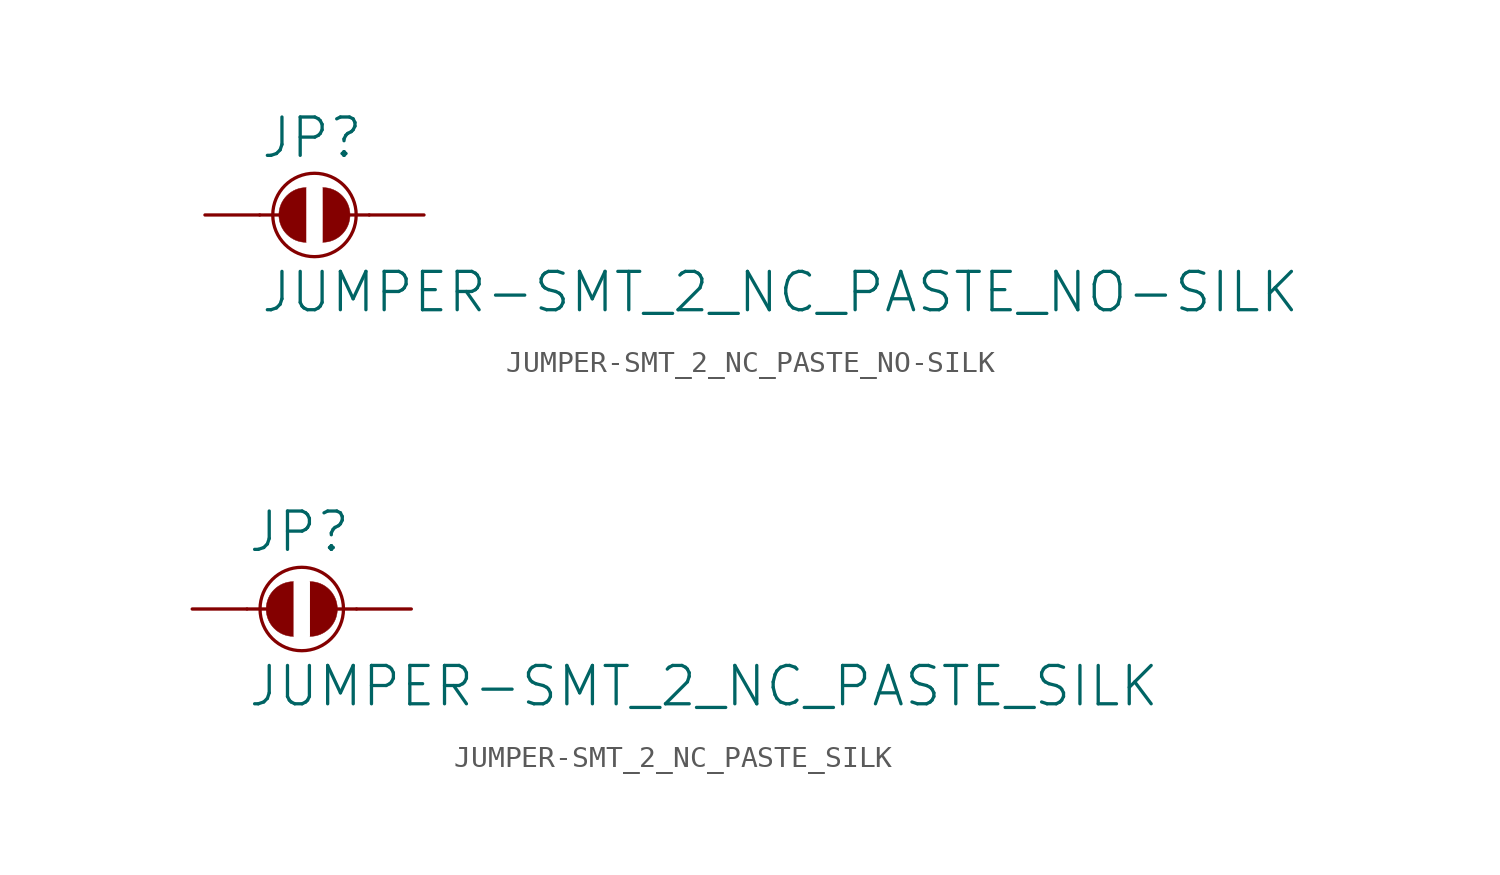
<source format=kicad_sym>
(kicad_symbol_lib
  (version 20211014)
  (generator kicad_symbol_editor)
  (symbol "JUMPER-SMT_2_NC_PASTE_NO-SILK"
    (property "Reference" "JP"
      (at -2.54 2.54 0)
      (effects (font (size 1.778 1.778)) (justify left bottom)))
    (property "Value" "JUMPER-SMT_2_NC_PASTE_NO-SILK"
      (at -2.54 -2.54 0)
      (effects (font (size 1.778 1.778)) (justify left top)))
    (property "ki_locked" ""
      (at 0 0 0)
      (effects (font (size 1.27 1.27))))
    (symbol "JUMPER-SMT_2_NC_PASTE_NO-SILK_1_0"
      (arc (start -0.381 1.2699) (mid -1.6508 0) (end -0.381 -1.2699) (stroke (width 0.0001) (type default) (color 0 0 0 0)) (fill (type outline)))
      (polyline (pts (xy -2.54 0) (xy -1.651 0)) (stroke (width 0.152) (type default) (color 0 0 0 0)) (fill (type none)))
      (polyline (pts (xy 2.54 0) (xy 1.651 0)) (stroke (width 0.152) (type default) (color 0 0 0 0)) (fill (type none)))
      (circle (center 0 0) (radius 1.934) (stroke (width 0) (type default) (color 0 0 0 0)) (fill (type none)))
      (arc (start 0.381 -1.2699) (mid 1.6508 0) (end 0.381 1.2699) (stroke (width 0.0001) (type default) (color 0 0 0 0)) (fill (type outline)))
      (pin passive line (at -5.08 0 0) (length 2.54) (name "1" (effects (font (size 0 0)))) (number "1" (effects (font (size 0 0)))))
      (pin passive line (at 5.08 0 180) (length 2.54) (name "2" (effects (font (size 0 0)))) (number "2" (effects (font (size 0 0)))))))
  (symbol "JUMPER-SMT_2_NC_PASTE_SILK"
    (property "Reference" "JP"
      (at -2.54 2.54 0)
      (effects (font (size 1.778 1.778)) (justify left bottom)))
    (property "Value" "JUMPER-SMT_2_NC_PASTE_SILK"
      (at -2.54 -2.54 0)
      (effects (font (size 1.778 1.778)) (justify left top)))
    (property "ki_locked" ""
      (at 0 0 0)
      (effects (font (size 1.27 1.27))))
    (symbol "JUMPER-SMT_2_NC_PASTE_SILK_1_0"
      (arc (start -0.381 1.2699) (mid -1.6508 0) (end -0.381 -1.2699) (stroke (width 0.0001) (type default) (color 0 0 0 0)) (fill (type outline)))
      (polyline (pts (xy -2.54 0) (xy -1.651 0)) (stroke (width 0.152) (type default) (color 0 0 0 0)) (fill (type none)))
      (polyline (pts (xy 2.54 0) (xy 1.651 0)) (stroke (width 0.152) (type default) (color 0 0 0 0)) (fill (type none)))
      (circle (center 0 0) (radius 1.934) (stroke (width 0) (type default) (color 0 0 0 0)) (fill (type none)))
      (arc (start 0.381 -1.2699) (mid 1.6508 0) (end 0.381 1.2699) (stroke (width 0.0001) (type default) (color 0 0 0 0)) (fill (type outline)))
      (pin passive line (at -5.08 0 0) (length 2.54) (name "1" (effects (font (size 0 0)))) (number "1" (effects (font (size 0 0)))))
      (pin passive line (at 5.08 0 180) (length 2.54) (name "2" (effects (font (size 0 0)))) (number "2" (effects (font (size 0 0))))))))
</source>
